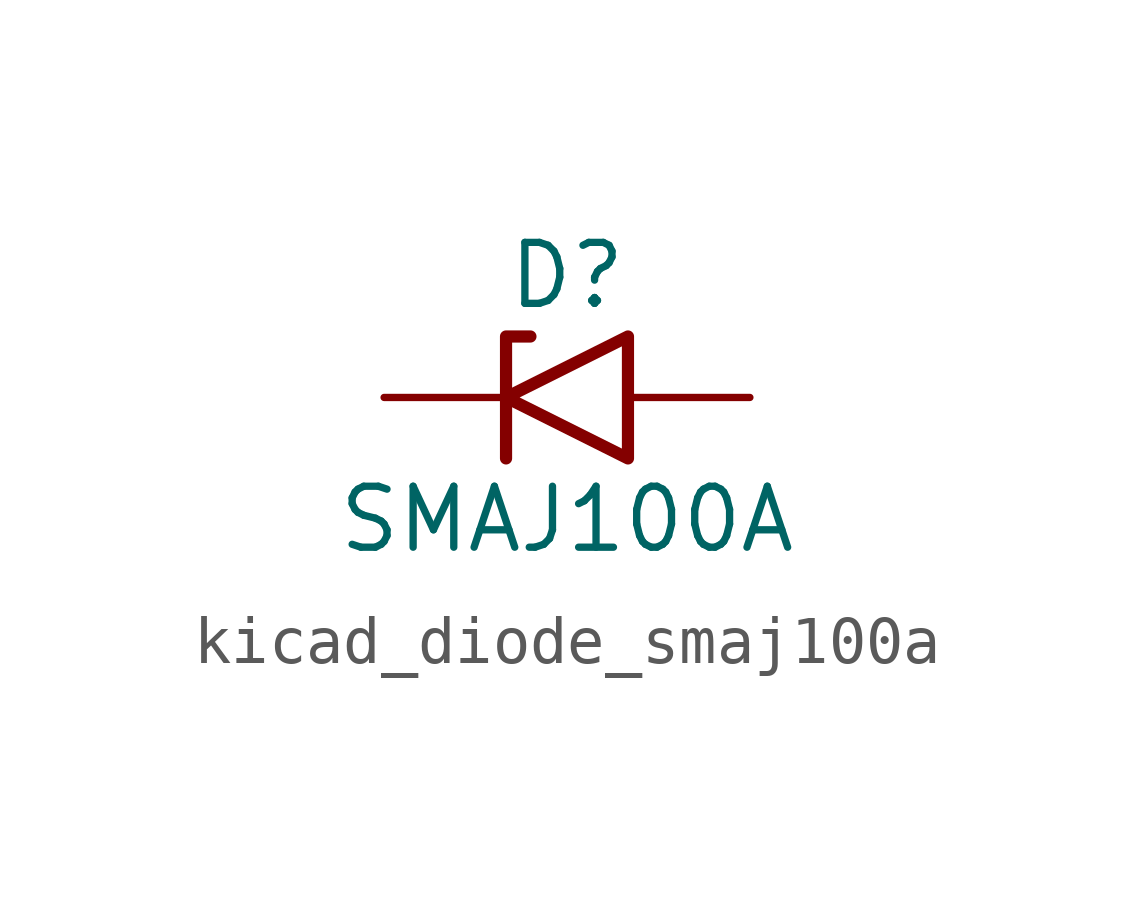
<source format=kicad_sym>
(kicad_symbol_lib
  (version 20220914)
  (generator kicad_symbol_editor)
  (symbol "kicad_diode_smaj100a"
    (pin_numbers hide)
    (pin_names
      (offset 1.016) hide)
    (property "Reference" "D"
      (at 0 2.54 0)
      (effects (font (size 1.27 1.27))))
    (property "Value" "SMAJ100A"
      (at 0 -2.54 0)
      (effects (font (size 1.27 1.27))))
    (symbol "kicad_diode_smaj100a_0_1"
      (polyline (pts (xy -0.762 1.27) (xy -1.27 1.27) (xy -1.27 -1.27)) (stroke (width 0.254) (type default)) (fill (type none)))
      (polyline (pts (xy 1.27 1.27) (xy 1.27 -1.27) (xy -1.27 0) (xy 1.27 1.27)) (stroke (width 0.254) (type default)) (fill (type none))))
    (symbol "kicad_diode_smaj100a_1_1"
      (pin passive line (at -3.81 0 0) (length 2.54) (name "A1" (effects (font (size 1.27 1.27)))) (number "1" (effects (font (size 1.27 1.27)))))
      (pin passive line (at 3.81 0 180) (length 2.54) (name "A2" (effects (font (size 1.27 1.27)))) (number "2" (effects (font (size 1.27 1.27))))))))
</source>
